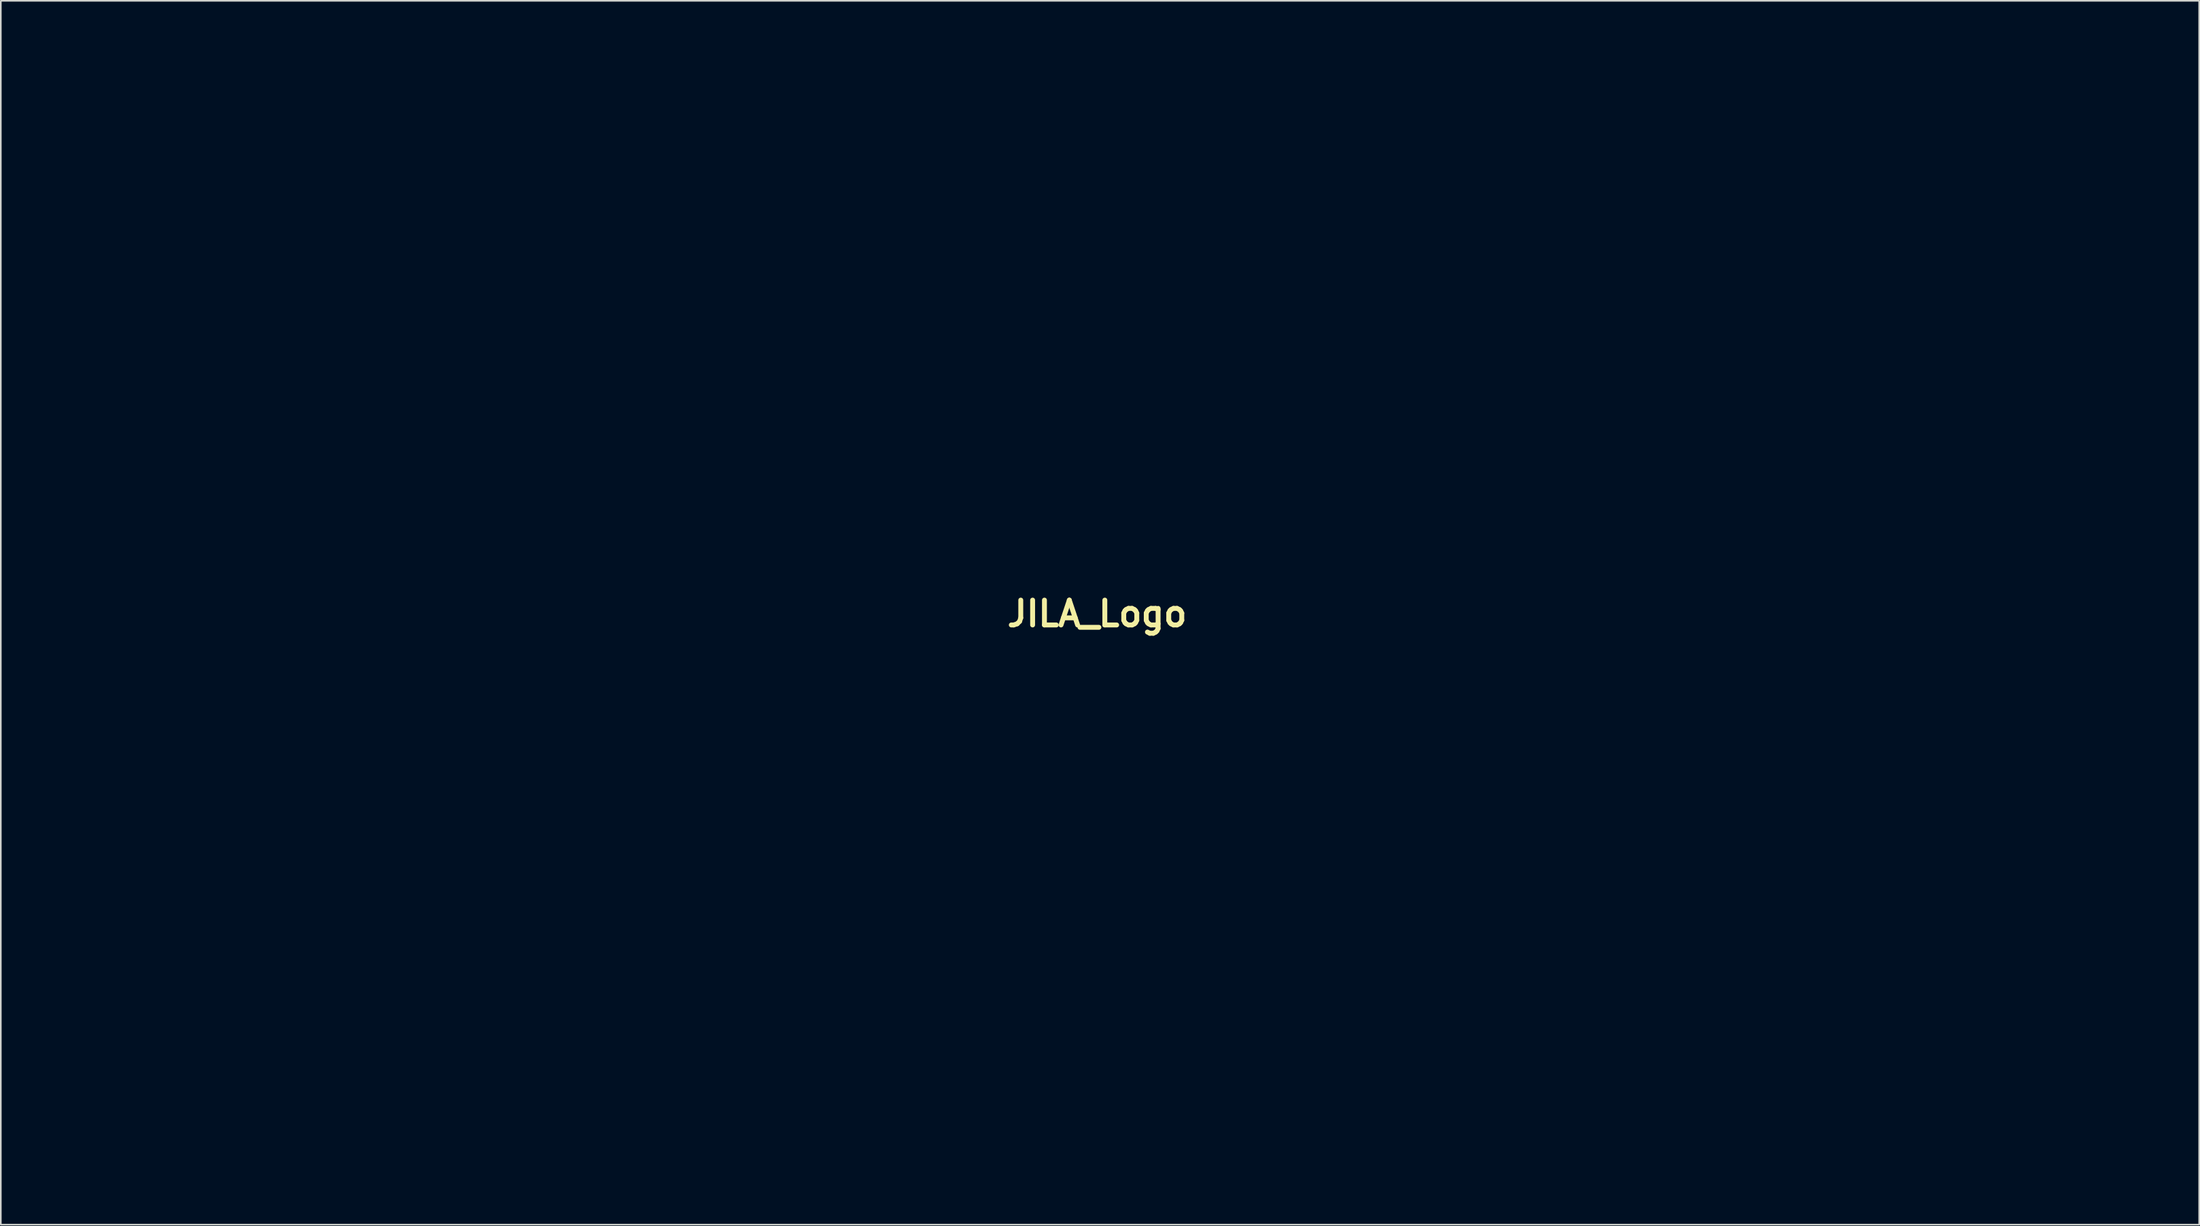
<source format=kicad_pcb>
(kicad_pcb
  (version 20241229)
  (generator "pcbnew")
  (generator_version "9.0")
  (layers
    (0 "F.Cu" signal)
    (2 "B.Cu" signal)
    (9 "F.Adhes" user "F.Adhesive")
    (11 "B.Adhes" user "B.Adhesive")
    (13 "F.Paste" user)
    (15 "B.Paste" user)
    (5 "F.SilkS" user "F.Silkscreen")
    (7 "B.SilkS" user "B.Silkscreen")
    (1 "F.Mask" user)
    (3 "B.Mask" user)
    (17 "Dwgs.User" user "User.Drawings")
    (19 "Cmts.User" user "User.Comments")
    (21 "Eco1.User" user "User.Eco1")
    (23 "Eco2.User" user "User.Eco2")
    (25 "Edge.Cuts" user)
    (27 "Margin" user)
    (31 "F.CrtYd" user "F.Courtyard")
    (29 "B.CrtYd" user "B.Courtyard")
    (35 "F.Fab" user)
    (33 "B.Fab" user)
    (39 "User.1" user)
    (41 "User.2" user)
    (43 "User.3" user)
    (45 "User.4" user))
  (footprint "JILA_Logo"
    (layer "F.Cu")
    (at 64.211 34.577)
    (property "Reference" "JILA_Logo" (at 0 0 0) (layer "F.SilkS") (effects (font (size 1.524 1.524) (thickness 0.3))))
    (attr through_hole)
    (fp_poly (pts (xy -9.258 -10.848) (xy -9.349 12.876) (xy -14.023 12.975) (xy -18.697 13.073) (xy -18.697 -34.572) (xy -9.167 -34.572) (xy -9.258 -10.848)) (stroke (width 0.01) (type solid)) (fill no) (layer "Eco2.User"))
    (fp_poly (pts (xy 10.231 4.921) (xy 15.514 5.018) (xy 20.797 5.115) (xy 19.114 8.996) (xy 17.431 12.876) (xy 9.245 12.971) (xy 1.058 13.066) (xy 1.058 -34.572) (xy 10.231 -34.572) (xy 10.231 4.921)) (stroke (width 0.01) (type solid)) (fill no) (layer "Eco2.User"))
    (fp_poly (pts (xy -29.457 -34.253) (xy -29.457 -9.277) (xy -29.458 -4.407) (xy -29.463 -0.188) (xy -29.473 3.432) (xy -29.488 6.508) (xy -29.51 9.092) (xy -29.541 11.238) (xy -29.581 13.001) (xy -29.631 14.432) (xy -29.693 15.587) (xy -29.769 16.518) (xy -29.858 17.279) (xy -29.962 17.924) (xy -30.066 18.429) (xy -31.216 22.218) (xy -32.868 25.513) (xy -35.027 28.318) (xy -37.697 30.638) (xy -40.882 32.478) (xy -42.797 33.267) (xy -44.058 33.7) (xy -45.163 34.002) (xy -46.304 34.201) (xy -47.669 34.325) (xy -49.449 34.402) (xy -50.624 34.434) (xy -53.489 34.452) (xy -55.679 34.348) (xy -57.21 34.12) (xy -57.326 34.091) (xy -60.309 33.089) (xy -62.659 31.821) (xy -63.04 31.545) (xy -64.206 30.656) (xy -64.206 16.481) (xy -62.814 18.062) (xy -60.457 20.275) (xy -57.838 21.895) (xy -55.031 22.887) (xy -52.115 23.219) (xy -51.114 23.175) (xy -48.652 22.752) (xy -46.694 21.898) (xy -45.143 20.547) (xy -43.899 18.631) (xy -43.673 18.164) (xy -42.862 16.404) (xy -42.686 -8.925) (xy -42.51 -34.254) (xy -29.457 -34.253)) (stroke (width 0.01) (type solid)) (fill no) (layer "Eco2.User"))
    (fp_poly (pts (xy 41.208 -34.571) (xy 46.038 -34.57) (xy 46.636 -33.072) (xy 46.976 -32.212) (xy 47.509 -30.854) (xy 48.174 -29.158) (xy 48.906 -27.283) (xy 49.228 -26.458) (xy 50.089 -24.252) (xy 51.102 -21.661) (xy 52.161 -18.957) (xy 53.159 -16.411) (xy 53.507 -15.522) (xy 54.472 -13.065) (xy 55.557 -10.301) (xy 56.65 -7.517) (xy 57.637 -5) (xy 57.938 -4.233) (xy 58.88 -1.84) (xy 59.964 0.909) (xy 61.072 3.711) (xy 62.085 6.267) (xy 62.321 6.861) (xy 63.056 8.725) (xy 63.689 10.362) (xy 64.178 11.66) (xy 64.48 12.506) (xy 64.558 12.78) (xy 64.227 12.88) (xy 63.318 12.95) (xy 61.958 12.987) (xy 60.276 12.984) (xy 59.717 12.975) (xy 54.876 12.876) (xy 51.284 3.351) (xy 33.584 3.163) (xy 33.012 4.845) (xy 32.625 5.936) (xy 32.074 7.43) (xy 31.452 9.073) (xy 31.177 9.79) (xy 29.913 13.053) (xy 25.54 13.053) (xy 23.877 13.029) (xy 22.505 12.964) (xy 21.558 12.867) (xy 21.17 12.748) (xy 21.167 12.736) (xy 21.294 12.362) (xy 21.663 11.388) (xy 22.25 9.872) (xy 23.034 7.867) (xy 23.993 5.431) (xy 25.104 2.618) (xy 26.347 -0.515) (xy 27.699 -3.913) (xy 27.844 -4.276) (xy 36.463 -4.276) (xy 36.597 -4.115) (xy 37 -4.004) (xy 37.764 -3.935) (xy 38.982 -3.898) (xy 40.744 -3.883) (xy 42.466 -3.881) (xy 48.672 -3.881) (xy 48.169 -5.027) (xy 47.708 -6.132) (xy 47.094 -7.685) (xy 46.38 -9.541) (xy 45.62 -11.555) (xy 44.867 -13.583) (xy 44.177 -15.48) (xy 43.602 -17.101) (xy 43.196 -18.302) (xy 43.051 -18.779) (xy 42.702 -19.732) (xy 42.35 -20.208) (xy 42.08 -20.144) (xy 41.981 -19.537) (xy 41.862 -19.099) (xy 41.536 -18.114) (xy 41.041 -16.693) (xy 40.419 -14.949) (xy 39.71 -12.995) (xy 38.957 -10.943) (xy 38.198 -8.905) (xy 37.477 -6.994) (xy 36.833 -5.322) (xy 36.507 -4.498) (xy 36.463 -4.276) (xy 27.844 -4.276) (xy 29.137 -7.519) (xy 29.594 -8.662) (xy 38.021 -29.743) (xy 37.199 -32.157) (xy 36.378 -34.572) (xy 41.208 -34.571)) (stroke (width 0.01) (type solid)) (fill no) (layer "Eco2.User")))
  (gr_rect
    (start -3 -3)
    (end 131.774 72.034)
    (stroke (width 0.1) (type default))
    (fill no)
    (layer "Edge.Cuts")))
</source>
